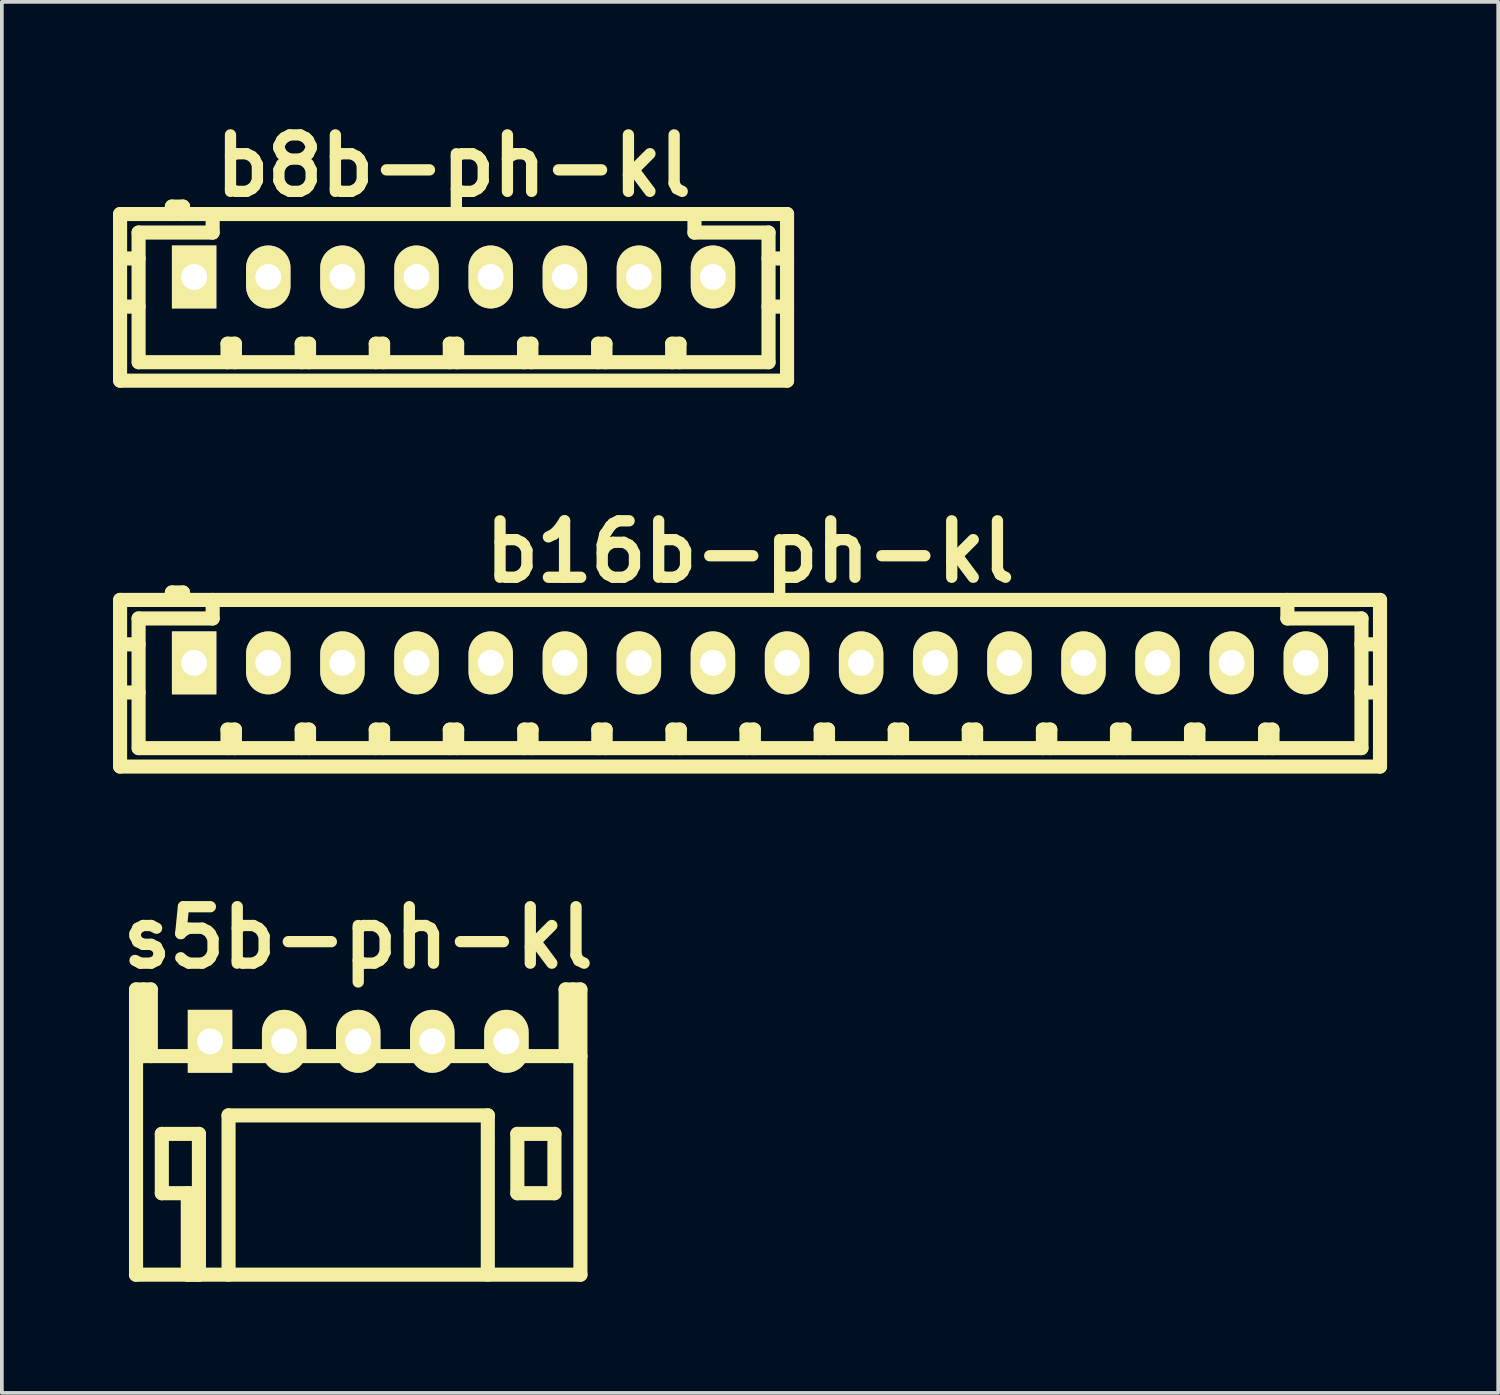
<source format=kicad_pcb>
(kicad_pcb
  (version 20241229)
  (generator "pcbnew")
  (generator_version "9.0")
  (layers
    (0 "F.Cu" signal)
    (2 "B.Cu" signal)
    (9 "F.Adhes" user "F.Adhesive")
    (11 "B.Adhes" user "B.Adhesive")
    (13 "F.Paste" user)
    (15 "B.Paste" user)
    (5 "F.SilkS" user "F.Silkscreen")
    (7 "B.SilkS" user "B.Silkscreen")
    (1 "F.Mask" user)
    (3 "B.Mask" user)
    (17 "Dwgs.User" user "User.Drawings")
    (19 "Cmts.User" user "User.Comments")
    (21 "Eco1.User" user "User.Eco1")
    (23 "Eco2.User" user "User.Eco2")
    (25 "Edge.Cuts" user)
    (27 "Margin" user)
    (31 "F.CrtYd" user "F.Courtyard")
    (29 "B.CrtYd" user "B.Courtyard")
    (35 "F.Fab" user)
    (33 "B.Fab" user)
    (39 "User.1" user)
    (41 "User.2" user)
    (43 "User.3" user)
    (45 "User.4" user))
  (footprint "s5b-ph-kl"
    (layer "F.Cu")
    (at 6.619 25.057)
    (property "Reference" "s5b-ph-kl" (at 0 -2.799 0) (layer "F.SilkS") (effects (font (size 1.524 1.524) (thickness 0.305))))
    (attr through_hole)
    (fp_line (start -5.999 0.399) (end 5.999 0.399) (stroke (width 0.381) (type solid)) (layer "F.SilkS"))
    (fp_line (start -5.999 6.299) (end 5.999 6.299) (stroke (width 0.381) (type solid)) (layer "F.SilkS"))
    (fp_line (start -5.997 -1.4) (end -5.997 6.299) (stroke (width 0.381) (type solid)) (layer "F.SilkS"))
    (fp_line (start -5.796 -1.4) (end -5.796 0.399) (stroke (width 0.381) (type solid)) (layer "F.SilkS"))
    (fp_line (start -5.598 -1.4) (end -5.997 -1.4) (stroke (width 0.381) (type solid)) (layer "F.SilkS"))
    (fp_line (start -5.598 0.399) (end -5.598 -1.4) (stroke (width 0.381) (type solid)) (layer "F.SilkS"))
    (fp_line (start -5.301 2.499) (end -4.3 2.499) (stroke (width 0.381) (type solid)) (layer "F.SilkS"))
    (fp_line (start -5.301 4.1) (end -5.301 2.499) (stroke (width 0.381) (type solid)) (layer "F.SilkS"))
    (fp_line (start -4.6 6.299) (end -4.6 4.1) (stroke (width 0.381) (type solid)) (layer "F.SilkS"))
    (fp_line (start -4.3 2.499) (end -4.3 4.1) (stroke (width 0.381) (type solid)) (layer "F.SilkS"))
    (fp_line (start -4.3 4.1) (end -5.301 4.1) (stroke (width 0.381) (type solid)) (layer "F.SilkS"))
    (fp_line (start -4.3 4.1) (end -4.3 6.299) (stroke (width 0.381) (type solid)) (layer "F.SilkS"))
    (fp_line (start -4.3 6.299) (end -4.6 6.299) (stroke (width 0.381) (type solid)) (layer "F.SilkS"))
    (fp_line (start -3.5 1.999) (end -3.5 6.299) (stroke (width 0.381) (type solid)) (layer "F.SilkS"))
    (fp_line (start -3.5 1.999) (end 3.5 1.999) (stroke (width 0.381) (type solid)) (layer "F.SilkS"))
    (fp_line (start 3.498 1.999) (end 3.498 6.299) (stroke (width 0.381) (type solid)) (layer "F.SilkS"))
    (fp_line (start 4.295 2.499) (end 5.296 2.499) (stroke (width 0.381) (type solid)) (layer "F.SilkS"))
    (fp_line (start 4.295 4.1) (end 4.295 2.499) (stroke (width 0.381) (type solid)) (layer "F.SilkS"))
    (fp_line (start 5.296 2.499) (end 5.296 4.1) (stroke (width 0.381) (type solid)) (layer "F.SilkS"))
    (fp_line (start 5.296 4.1) (end 4.295 4.1) (stroke (width 0.381) (type solid)) (layer "F.SilkS"))
    (fp_line (start 5.598 -1.4) (end 5.598 0.399) (stroke (width 0.381) (type solid)) (layer "F.SilkS"))
    (fp_line (start 5.796 -1.4) (end 5.796 0.399) (stroke (width 0.381) (type solid)) (layer "F.SilkS"))
    (fp_line (start 5.997 -1.4) (end 5.598 -1.4) (stroke (width 0.381) (type solid)) (layer "F.SilkS"))
    (fp_line (start 5.997 6.299) (end 5.997 -1.4) (stroke (width 0.381) (type solid)) (layer "F.SilkS"))
    (pad "1" thru_hole rect (at -4 0) (size 1.199 1.699) (drill 0.701) (layers "*.Cu" "*.Mask" "F.SilkS"))
    (pad "2" thru_hole oval (at -1.999 0) (size 1.199 1.699) (drill 0.701) (layers "*.Cu" "*.Mask" "F.SilkS"))
    (pad "3" thru_hole oval (at 0 0) (size 1.199 1.699) (drill 0.701) (layers "*.Cu" "*.Mask" "F.SilkS"))
    (pad "4" thru_hole oval (at 1.999 0) (size 1.199 1.699) (drill 0.701) (layers "*.Cu" "*.Mask" "F.SilkS"))
    (pad "5" thru_hole oval (at 4 0) (size 1.199 1.699) (drill 0.701) (layers "*.Cu" "*.Mask" "F.SilkS")))
  (footprint "b8b-ph-kl"
    (layer "F.Cu")
    (at 9.195 4.426)
    (property "Reference" "b8b-ph-kl" (at 0 -3 0) (layer "F.SilkS") (effects (font (size 1.524 1.524) (thickness 0.305))))
    (attr through_hole)
    (fp_line (start -9.004 -1.699) (end -9.004 2.799) (stroke (width 0.381) (type solid)) (layer "F.SilkS"))
    (fp_line (start -8.999 -1.699) (end 8.999 -1.699) (stroke (width 0.381) (type solid)) (layer "F.SilkS"))
    (fp_line (start -8.999 2.799) (end 8.999 2.799) (stroke (width 0.381) (type solid)) (layer "F.SilkS"))
    (fp_line (start -8.504 -1.199) (end -8.504 2.301) (stroke (width 0.381) (type solid)) (layer "F.SilkS"))
    (fp_line (start -8.504 -0.5) (end -9.004 -0.5) (stroke (width 0.381) (type solid)) (layer "F.SilkS"))
    (fp_line (start -8.504 0.8) (end -9.004 0.8) (stroke (width 0.381) (type solid)) (layer "F.SilkS"))
    (fp_line (start -7.605 -1.9) (end -7.605 -1.699) (stroke (width 0.381) (type solid)) (layer "F.SilkS"))
    (fp_line (start -7.305 -1.9) (end -7.605 -1.9) (stroke (width 0.381) (type solid)) (layer "F.SilkS"))
    (fp_line (start -7.305 -1.699) (end -7.305 -1.9) (stroke (width 0.381) (type solid)) (layer "F.SilkS"))
    (fp_line (start -6.505 -1.699) (end -6.505 -1.199) (stroke (width 0.381) (type solid)) (layer "F.SilkS"))
    (fp_line (start -6.505 -1.199) (end -8.504 -1.199) (stroke (width 0.381) (type solid)) (layer "F.SilkS"))
    (fp_line (start -6.104 1.801) (end -5.905 1.801) (stroke (width 0.381) (type solid)) (layer "F.SilkS"))
    (fp_line (start -6.104 2.301) (end -6.104 1.801) (stroke (width 0.381) (type solid)) (layer "F.SilkS"))
    (fp_line (start -5.905 1.801) (end -5.905 2.301) (stroke (width 0.381) (type solid)) (layer "F.SilkS"))
    (fp_line (start -4.102 1.801) (end -3.904 1.801) (stroke (width 0.381) (type solid)) (layer "F.SilkS"))
    (fp_line (start -4.102 2.301) (end -4.102 1.801) (stroke (width 0.381) (type solid)) (layer "F.SilkS"))
    (fp_line (start -3.904 1.801) (end -3.904 2.301) (stroke (width 0.381) (type solid)) (layer "F.SilkS"))
    (fp_line (start -2.103 1.801) (end -1.905 1.801) (stroke (width 0.381) (type solid)) (layer "F.SilkS"))
    (fp_line (start -2.103 2.301) (end -2.103 1.801) (stroke (width 0.381) (type solid)) (layer "F.SilkS"))
    (fp_line (start -1.905 1.801) (end -1.905 2.301) (stroke (width 0.381) (type solid)) (layer "F.SilkS"))
    (fp_line (start -0.104 1.801) (end 0.094 1.801) (stroke (width 0.381) (type solid)) (layer "F.SilkS"))
    (fp_line (start -0.104 2.301) (end -0.104 1.801) (stroke (width 0.381) (type solid)) (layer "F.SilkS"))
    (fp_line (start 0.094 1.801) (end 0.094 2.301) (stroke (width 0.381) (type solid)) (layer "F.SilkS"))
    (fp_line (start 1.9 1.801) (end 2.098 1.801) (stroke (width 0.381) (type solid)) (layer "F.SilkS"))
    (fp_line (start 1.9 2.301) (end 1.9 1.801) (stroke (width 0.381) (type solid)) (layer "F.SilkS"))
    (fp_line (start 2.098 1.801) (end 2.098 2.301) (stroke (width 0.381) (type solid)) (layer "F.SilkS"))
    (fp_line (start 3.899 1.801) (end 4.097 1.801) (stroke (width 0.381) (type solid)) (layer "F.SilkS"))
    (fp_line (start 3.899 2.301) (end 3.899 1.801) (stroke (width 0.381) (type solid)) (layer "F.SilkS"))
    (fp_line (start 4.097 1.801) (end 4.097 2.301) (stroke (width 0.381) (type solid)) (layer "F.SilkS"))
    (fp_line (start 5.898 1.801) (end 6.096 1.801) (stroke (width 0.381) (type solid)) (layer "F.SilkS"))
    (fp_line (start 5.898 2.301) (end 5.898 1.801) (stroke (width 0.381) (type solid)) (layer "F.SilkS"))
    (fp_line (start 6.096 1.801) (end 6.096 2.301) (stroke (width 0.381) (type solid)) (layer "F.SilkS"))
    (fp_line (start 6.5 -1.199) (end 6.5 -1.699) (stroke (width 0.381) (type solid)) (layer "F.SilkS"))
    (fp_line (start 8.499 -1.199) (end 6.5 -1.199) (stroke (width 0.381) (type solid)) (layer "F.SilkS"))
    (fp_line (start 8.499 0.8) (end 8.999 0.8) (stroke (width 0.381) (type solid)) (layer "F.SilkS"))
    (fp_line (start 8.499 2.301) (end -8.499 2.301) (stroke (width 0.381) (type solid)) (layer "F.SilkS"))
    (fp_line (start 8.499 2.301) (end 8.499 -1.199) (stroke (width 0.381) (type solid)) (layer "F.SilkS"))
    (fp_line (start 8.999 -1.699) (end 8.999 2.799) (stroke (width 0.381) (type solid)) (layer "F.SilkS"))
    (fp_line (start 8.999 -0.5) (end 8.499 -0.5) (stroke (width 0.381) (type solid)) (layer "F.SilkS"))
    (pad "1" thru_hole rect (at -7.005 0) (size 1.199 1.699) (drill 0.701) (layers "*.Cu" "*.Mask" "F.SilkS"))
    (pad "2" thru_hole oval (at -5.004 0) (size 1.199 1.699) (drill 0.701) (layers "*.Cu" "*.Mask" "F.SilkS"))
    (pad "3" thru_hole oval (at -3.002 0) (size 1.199 1.699) (drill 0.701) (layers "*.Cu" "*.Mask" "F.SilkS"))
    (pad "4" thru_hole oval (at -1.003 0) (size 1.199 1.699) (drill 0.701) (layers "*.Cu" "*.Mask" "F.SilkS"))
    (pad "5" thru_hole oval (at 1.001 0) (size 1.199 1.699) (drill 0.701) (layers "*.Cu" "*.Mask" "F.SilkS"))
    (pad "6" thru_hole oval (at 3.002 0) (size 1.199 1.699) (drill 0.701) (layers "*.Cu" "*.Mask" "F.SilkS"))
    (pad "7" thru_hole oval (at 5.001 0) (size 1.199 1.699) (drill 0.701) (layers "*.Cu" "*.Mask" "F.SilkS"))
    (pad "8" thru_hole oval (at 7 0) (size 1.199 1.699) (drill 0.701) (layers "*.Cu" "*.Mask" "F.SilkS")))
  (footprint "b16b-ph-kl"
    (layer "F.Cu")
    (at 17.196 14.842)
    (property "Reference" "b16b-ph-kl" (at 0 -3 0) (layer "F.SilkS") (effects (font (size 1.524 1.524) (thickness 0.305))))
    (attr through_hole)
    (fp_line (start -17.005 -1.699) (end -17.005 2.799) (stroke (width 0.381) (type solid)) (layer "F.SilkS"))
    (fp_line (start -16.505 -1.199) (end -16.505 2.301) (stroke (width 0.381) (type solid)) (layer "F.SilkS"))
    (fp_line (start -16.505 -0.5) (end -17.005 -0.5) (stroke (width 0.381) (type solid)) (layer "F.SilkS"))
    (fp_line (start -16.505 0.8) (end -17.005 0.8) (stroke (width 0.381) (type solid)) (layer "F.SilkS"))
    (fp_line (start -16.5 2.301) (end 16.5 2.301) (stroke (width 0.381) (type solid)) (layer "F.SilkS"))
    (fp_line (start -15.606 -1.9) (end -15.606 -1.699) (stroke (width 0.381) (type solid)) (layer "F.SilkS"))
    (fp_line (start -15.306 -1.9) (end -15.606 -1.9) (stroke (width 0.381) (type solid)) (layer "F.SilkS"))
    (fp_line (start -15.306 -1.699) (end -15.306 -1.9) (stroke (width 0.381) (type solid)) (layer "F.SilkS"))
    (fp_line (start -14.506 -1.699) (end -14.506 -1.199) (stroke (width 0.381) (type solid)) (layer "F.SilkS"))
    (fp_line (start -14.506 -1.199) (end -16.505 -1.199) (stroke (width 0.381) (type solid)) (layer "F.SilkS"))
    (fp_line (start -14.105 1.801) (end -13.906 1.801) (stroke (width 0.381) (type solid)) (layer "F.SilkS"))
    (fp_line (start -14.105 2.301) (end -14.105 1.801) (stroke (width 0.381) (type solid)) (layer "F.SilkS"))
    (fp_line (start -13.906 1.801) (end -13.906 2.301) (stroke (width 0.381) (type solid)) (layer "F.SilkS"))
    (fp_line (start -12.103 1.801) (end -11.905 1.801) (stroke (width 0.381) (type solid)) (layer "F.SilkS"))
    (fp_line (start -12.103 2.301) (end -12.103 1.801) (stroke (width 0.381) (type solid)) (layer "F.SilkS"))
    (fp_line (start -11.905 1.801) (end -11.905 2.301) (stroke (width 0.381) (type solid)) (layer "F.SilkS"))
    (fp_line (start -10.104 1.801) (end -9.906 1.801) (stroke (width 0.381) (type solid)) (layer "F.SilkS"))
    (fp_line (start -10.104 2.301) (end -10.104 1.801) (stroke (width 0.381) (type solid)) (layer "F.SilkS"))
    (fp_line (start -9.906 1.801) (end -9.906 2.301) (stroke (width 0.381) (type solid)) (layer "F.SilkS"))
    (fp_line (start -8.105 1.801) (end -7.907 1.801) (stroke (width 0.381) (type solid)) (layer "F.SilkS"))
    (fp_line (start -8.105 2.301) (end -8.105 1.801) (stroke (width 0.381) (type solid)) (layer "F.SilkS"))
    (fp_line (start -7.907 1.801) (end -7.907 2.301) (stroke (width 0.381) (type solid)) (layer "F.SilkS"))
    (fp_line (start -6.096 1.801) (end -5.898 1.801) (stroke (width 0.381) (type solid)) (layer "F.SilkS"))
    (fp_line (start -6.096 2.301) (end -6.096 1.801) (stroke (width 0.381) (type solid)) (layer "F.SilkS"))
    (fp_line (start -5.898 1.801) (end -5.898 2.301) (stroke (width 0.381) (type solid)) (layer "F.SilkS"))
    (fp_line (start -4.097 1.801) (end -3.899 1.801) (stroke (width 0.381) (type solid)) (layer "F.SilkS"))
    (fp_line (start -4.097 2.301) (end -4.097 1.801) (stroke (width 0.381) (type solid)) (layer "F.SilkS"))
    (fp_line (start -3.899 1.801) (end -3.899 2.301) (stroke (width 0.381) (type solid)) (layer "F.SilkS"))
    (fp_line (start -2.095 1.801) (end -1.897 1.801) (stroke (width 0.381) (type solid)) (layer "F.SilkS"))
    (fp_line (start -2.095 2.301) (end -2.095 1.801) (stroke (width 0.381) (type solid)) (layer "F.SilkS"))
    (fp_line (start -1.897 1.801) (end -1.897 2.301) (stroke (width 0.381) (type solid)) (layer "F.SilkS"))
    (fp_line (start -0.097 1.801) (end 0.102 1.801) (stroke (width 0.381) (type solid)) (layer "F.SilkS"))
    (fp_line (start -0.097 2.301) (end -0.097 1.801) (stroke (width 0.381) (type solid)) (layer "F.SilkS"))
    (fp_line (start 0.102 1.801) (end 0.102 2.301) (stroke (width 0.381) (type solid)) (layer "F.SilkS"))
    (fp_line (start 1.905 1.801) (end 2.103 1.801) (stroke (width 0.381) (type solid)) (layer "F.SilkS"))
    (fp_line (start 1.905 2.301) (end 1.905 1.801) (stroke (width 0.381) (type solid)) (layer "F.SilkS"))
    (fp_line (start 2.103 1.801) (end 2.103 2.301) (stroke (width 0.381) (type solid)) (layer "F.SilkS"))
    (fp_line (start 3.904 1.801) (end 4.102 1.801) (stroke (width 0.381) (type solid)) (layer "F.SilkS"))
    (fp_line (start 3.904 2.301) (end 3.904 1.801) (stroke (width 0.381) (type solid)) (layer "F.SilkS"))
    (fp_line (start 4.102 1.801) (end 4.102 2.301) (stroke (width 0.381) (type solid)) (layer "F.SilkS"))
    (fp_line (start 5.903 1.801) (end 6.101 1.801) (stroke (width 0.381) (type solid)) (layer "F.SilkS"))
    (fp_line (start 5.903 2.301) (end 5.903 1.801) (stroke (width 0.381) (type solid)) (layer "F.SilkS"))
    (fp_line (start 6.101 1.801) (end 6.101 2.301) (stroke (width 0.381) (type solid)) (layer "F.SilkS"))
    (fp_line (start 7.904 1.801) (end 8.103 1.801) (stroke (width 0.381) (type solid)) (layer "F.SilkS"))
    (fp_line (start 7.904 2.301) (end 7.904 1.801) (stroke (width 0.381) (type solid)) (layer "F.SilkS"))
    (fp_line (start 8.103 1.801) (end 8.103 2.301) (stroke (width 0.381) (type solid)) (layer "F.SilkS"))
    (fp_line (start 9.903 1.801) (end 10.102 1.801) (stroke (width 0.381) (type solid)) (layer "F.SilkS"))
    (fp_line (start 9.903 2.301) (end 9.903 1.801) (stroke (width 0.381) (type solid)) (layer "F.SilkS"))
    (fp_line (start 10.102 1.801) (end 10.102 2.301) (stroke (width 0.381) (type solid)) (layer "F.SilkS"))
    (fp_line (start 11.902 1.801) (end 12.101 1.801) (stroke (width 0.381) (type solid)) (layer "F.SilkS"))
    (fp_line (start 11.902 2.301) (end 11.902 1.801) (stroke (width 0.381) (type solid)) (layer "F.SilkS"))
    (fp_line (start 12.101 1.801) (end 12.101 2.301) (stroke (width 0.381) (type solid)) (layer "F.SilkS"))
    (fp_line (start 13.901 1.801) (end 14.1 1.801) (stroke (width 0.381) (type solid)) (layer "F.SilkS"))
    (fp_line (start 13.901 2.301) (end 13.901 1.801) (stroke (width 0.381) (type solid)) (layer "F.SilkS"))
    (fp_line (start 14.1 1.801) (end 14.1 2.301) (stroke (width 0.381) (type solid)) (layer "F.SilkS"))
    (fp_line (start 14.503 -1.199) (end 14.503 -1.699) (stroke (width 0.381) (type solid)) (layer "F.SilkS"))
    (fp_line (start 16.502 -1.199) (end 14.503 -1.199) (stroke (width 0.381) (type solid)) (layer "F.SilkS"))
    (fp_line (start 16.502 0.8) (end 17.003 0.8) (stroke (width 0.381) (type solid)) (layer "F.SilkS"))
    (fp_line (start 16.502 2.301) (end 16.502 -1.199) (stroke (width 0.381) (type solid)) (layer "F.SilkS"))
    (fp_line (start 17 -1.699) (end -17 -1.699) (stroke (width 0.381) (type solid)) (layer "F.SilkS"))
    (fp_line (start 17 2.799) (end -17 2.799) (stroke (width 0.381) (type solid)) (layer "F.SilkS"))
    (fp_line (start 17.003 -1.699) (end 17.003 2.799) (stroke (width 0.381) (type solid)) (layer "F.SilkS"))
    (fp_line (start 17.003 -0.5) (end 16.502 -0.5) (stroke (width 0.381) (type solid)) (layer "F.SilkS"))
    (pad "1" thru_hole rect (at -15.006 0) (size 1.199 1.699) (drill 0.701) (layers "*.Cu" "*.Mask" "F.SilkS"))
    (pad "2" thru_hole oval (at -13.005 0) (size 1.199 1.699) (drill 0.701) (layers "*.Cu" "*.Mask" "F.SilkS"))
    (pad "3" thru_hole oval (at -11.003 0) (size 1.199 1.699) (drill 0.701) (layers "*.Cu" "*.Mask" "F.SilkS"))
    (pad "4" thru_hole oval (at -9.004 0) (size 1.199 1.699) (drill 0.701) (layers "*.Cu" "*.Mask" "F.SilkS"))
    (pad "5" thru_hole oval (at -7 0) (size 1.199 1.699) (drill 0.701) (layers "*.Cu" "*.Mask" "F.SilkS"))
    (pad "6" thru_hole oval (at -4.999 0) (size 1.199 1.699) (drill 0.701) (layers "*.Cu" "*.Mask" "F.SilkS"))
    (pad "7" thru_hole oval (at -3.002 0) (size 1.199 1.699) (drill 0.701) (layers "*.Cu" "*.Mask" "F.SilkS"))
    (pad "8" thru_hole oval (at -1.003 0) (size 1.199 1.699) (drill 0.701) (layers "*.Cu" "*.Mask" "F.SilkS"))
    (pad "9" thru_hole oval (at 0.998 0) (size 1.199 1.699) (drill 0.701) (layers "*.Cu" "*.Mask" "F.SilkS"))
    (pad "10" thru_hole oval (at 2.997 0) (size 1.199 1.699) (drill 0.701) (layers "*.Cu" "*.Mask" "F.SilkS"))
    (pad "11" thru_hole oval (at 4.999 0) (size 1.199 1.699) (drill 0.701) (layers "*.Cu" "*.Mask" "F.SilkS"))
    (pad "12" thru_hole oval (at 7 0) (size 1.199 1.699) (drill 0.701) (layers "*.Cu" "*.Mask" "F.SilkS"))
    (pad "13" thru_hole oval (at 8.999 0) (size 1.199 1.699) (drill 0.701) (layers "*.Cu" "*.Mask" "F.SilkS"))
    (pad "14" thru_hole oval (at 10.998 0) (size 1.199 1.699) (drill 0.701) (layers "*.Cu" "*.Mask" "F.SilkS"))
    (pad "15" thru_hole oval (at 13 0) (size 1.199 1.699) (drill 0.701) (layers "*.Cu" "*.Mask" "F.SilkS"))
    (pad "16" thru_hole oval (at 15.001 0) (size 1.199 1.699) (drill 0.701) (layers "*.Cu" "*.Mask" "F.SilkS")))
  (gr_rect
    (start -3 -3)
    (end 37.389 34.547)
    (stroke (width 0.1) (type default))
    (fill no)
    (layer "Edge.Cuts")))
</source>
